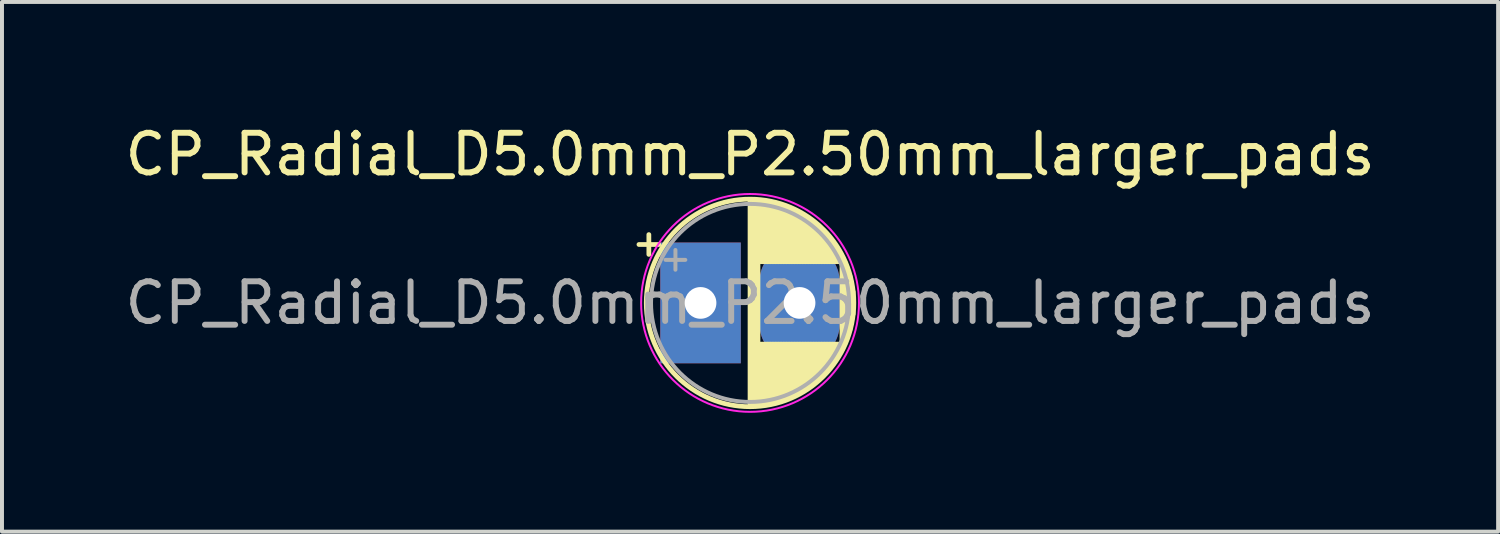
<source format=kicad_pcb>
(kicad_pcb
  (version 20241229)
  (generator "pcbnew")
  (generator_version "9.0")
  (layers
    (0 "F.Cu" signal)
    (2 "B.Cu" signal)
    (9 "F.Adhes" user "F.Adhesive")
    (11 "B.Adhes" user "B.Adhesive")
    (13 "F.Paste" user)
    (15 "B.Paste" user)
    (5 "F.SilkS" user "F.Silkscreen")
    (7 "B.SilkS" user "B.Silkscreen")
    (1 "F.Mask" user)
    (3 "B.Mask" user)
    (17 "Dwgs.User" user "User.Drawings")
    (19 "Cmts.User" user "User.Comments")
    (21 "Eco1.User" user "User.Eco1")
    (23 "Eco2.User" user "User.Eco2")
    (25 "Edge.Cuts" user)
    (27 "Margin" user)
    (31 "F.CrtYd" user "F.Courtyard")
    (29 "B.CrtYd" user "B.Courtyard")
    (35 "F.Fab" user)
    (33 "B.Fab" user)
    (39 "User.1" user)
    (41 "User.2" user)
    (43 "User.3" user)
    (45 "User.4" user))
  (footprint "CP_Radial_D5.0mm_P2.50mm_larger_pads"
    (layer "F.Cu")
    (at 14.637 4.598)
    (property "Reference" "CP_Radial_D5.0mm_P2.50mm_larger_pads" (at 1.25 -3.75 0) (layer "F.SilkS") (effects (font (size 1 1) (thickness 0.15))))
    (attr through_hole)
    (fp_line (start -1.555 -1.475) (end -1.055 -1.475) (stroke (width 0.12) (type solid)) (layer "F.SilkS"))
    (fp_line (start -1.305 -1.725) (end -1.305 -1.225) (stroke (width 0.12) (type solid)) (layer "F.SilkS"))
    (fp_line (start 1.25 -2.58) (end 1.25 2.58) (stroke (width 0.12) (type solid)) (layer "F.SilkS"))
    (fp_line (start 1.29 -2.58) (end 1.29 2.58) (stroke (width 0.12) (type solid)) (layer "F.SilkS"))
    (fp_line (start 1.33 -2.579) (end 1.33 2.579) (stroke (width 0.12) (type solid)) (layer "F.SilkS"))
    (fp_line (start 1.37 -2.578) (end 1.37 2.578) (stroke (width 0.12) (type solid)) (layer "F.SilkS"))
    (fp_line (start 1.41 -2.576) (end 1.41 2.576) (stroke (width 0.12) (type solid)) (layer "F.SilkS"))
    (fp_line (start 1.45 -2.573) (end 1.45 2.573) (stroke (width 0.12) (type solid)) (layer "F.SilkS"))
    (fp_line (start 1.49 -2.569) (end 1.49 -1.04) (stroke (width 0.12) (type solid)) (layer "F.SilkS"))
    (fp_line (start 1.49 1.04) (end 1.49 2.569) (stroke (width 0.12) (type solid)) (layer "F.SilkS"))
    (fp_line (start 1.53 -2.565) (end 1.53 -1.04) (stroke (width 0.12) (type solid)) (layer "F.SilkS"))
    (fp_line (start 1.53 1.04) (end 1.53 2.565) (stroke (width 0.12) (type solid)) (layer "F.SilkS"))
    (fp_line (start 1.57 -2.561) (end 1.57 -1.04) (stroke (width 0.12) (type solid)) (layer "F.SilkS"))
    (fp_line (start 1.57 1.04) (end 1.57 2.561) (stroke (width 0.12) (type solid)) (layer "F.SilkS"))
    (fp_line (start 1.61 -2.556) (end 1.61 -1.04) (stroke (width 0.12) (type solid)) (layer "F.SilkS"))
    (fp_line (start 1.61 1.04) (end 1.61 2.556) (stroke (width 0.12) (type solid)) (layer "F.SilkS"))
    (fp_line (start 1.65 -2.55) (end 1.65 -1.04) (stroke (width 0.12) (type solid)) (layer "F.SilkS"))
    (fp_line (start 1.65 1.04) (end 1.65 2.55) (stroke (width 0.12) (type solid)) (layer "F.SilkS"))
    (fp_line (start 1.69 -2.543) (end 1.69 -1.04) (stroke (width 0.12) (type solid)) (layer "F.SilkS"))
    (fp_line (start 1.69 1.04) (end 1.69 2.543) (stroke (width 0.12) (type solid)) (layer "F.SilkS"))
    (fp_line (start 1.73 -2.536) (end 1.73 -1.04) (stroke (width 0.12) (type solid)) (layer "F.SilkS"))
    (fp_line (start 1.73 1.04) (end 1.73 2.536) (stroke (width 0.12) (type solid)) (layer "F.SilkS"))
    (fp_line (start 1.77 -2.528) (end 1.77 -1.04) (stroke (width 0.12) (type solid)) (layer "F.SilkS"))
    (fp_line (start 1.77 1.04) (end 1.77 2.528) (stroke (width 0.12) (type solid)) (layer "F.SilkS"))
    (fp_line (start 1.81 -2.52) (end 1.81 -1.04) (stroke (width 0.12) (type solid)) (layer "F.SilkS"))
    (fp_line (start 1.81 1.04) (end 1.81 2.52) (stroke (width 0.12) (type solid)) (layer "F.SilkS"))
    (fp_line (start 1.85 -2.511) (end 1.85 -1.04) (stroke (width 0.12) (type solid)) (layer "F.SilkS"))
    (fp_line (start 1.85 1.04) (end 1.85 2.511) (stroke (width 0.12) (type solid)) (layer "F.SilkS"))
    (fp_line (start 1.89 -2.501) (end 1.89 -1.04) (stroke (width 0.12) (type solid)) (layer "F.SilkS"))
    (fp_line (start 1.89 1.04) (end 1.89 2.501) (stroke (width 0.12) (type solid)) (layer "F.SilkS"))
    (fp_line (start 1.93 -2.491) (end 1.93 -1.04) (stroke (width 0.12) (type solid)) (layer "F.SilkS"))
    (fp_line (start 1.93 1.04) (end 1.93 2.491) (stroke (width 0.12) (type solid)) (layer "F.SilkS"))
    (fp_line (start 1.971 -2.48) (end 1.971 -1.04) (stroke (width 0.12) (type solid)) (layer "F.SilkS"))
    (fp_line (start 1.971 1.04) (end 1.971 2.48) (stroke (width 0.12) (type solid)) (layer "F.SilkS"))
    (fp_line (start 2.011 -2.468) (end 2.011 -1.04) (stroke (width 0.12) (type solid)) (layer "F.SilkS"))
    (fp_line (start 2.011 1.04) (end 2.011 2.468) (stroke (width 0.12) (type solid)) (layer "F.SilkS"))
    (fp_line (start 2.051 -2.455) (end 2.051 -1.04) (stroke (width 0.12) (type solid)) (layer "F.SilkS"))
    (fp_line (start 2.051 1.04) (end 2.051 2.455) (stroke (width 0.12) (type solid)) (layer "F.SilkS"))
    (fp_line (start 2.091 -2.442) (end 2.091 -1.04) (stroke (width 0.12) (type solid)) (layer "F.SilkS"))
    (fp_line (start 2.091 1.04) (end 2.091 2.442) (stroke (width 0.12) (type solid)) (layer "F.SilkS"))
    (fp_line (start 2.131 -2.428) (end 2.131 -1.04) (stroke (width 0.12) (type solid)) (layer "F.SilkS"))
    (fp_line (start 2.131 1.04) (end 2.131 2.428) (stroke (width 0.12) (type solid)) (layer "F.SilkS"))
    (fp_line (start 2.171 -2.414) (end 2.171 -1.04) (stroke (width 0.12) (type solid)) (layer "F.SilkS"))
    (fp_line (start 2.171 1.04) (end 2.171 2.414) (stroke (width 0.12) (type solid)) (layer "F.SilkS"))
    (fp_line (start 2.211 -2.398) (end 2.211 -1.04) (stroke (width 0.12) (type solid)) (layer "F.SilkS"))
    (fp_line (start 2.211 1.04) (end 2.211 2.398) (stroke (width 0.12) (type solid)) (layer "F.SilkS"))
    (fp_line (start 2.251 -2.382) (end 2.251 -1.04) (stroke (width 0.12) (type solid)) (layer "F.SilkS"))
    (fp_line (start 2.251 1.04) (end 2.251 2.382) (stroke (width 0.12) (type solid)) (layer "F.SilkS"))
    (fp_line (start 2.291 -2.365) (end 2.291 -1.04) (stroke (width 0.12) (type solid)) (layer "F.SilkS"))
    (fp_line (start 2.291 1.04) (end 2.291 2.365) (stroke (width 0.12) (type solid)) (layer "F.SilkS"))
    (fp_line (start 2.331 -2.348) (end 2.331 -1.04) (stroke (width 0.12) (type solid)) (layer "F.SilkS"))
    (fp_line (start 2.331 1.04) (end 2.331 2.348) (stroke (width 0.12) (type solid)) (layer "F.SilkS"))
    (fp_line (start 2.371 -2.329) (end 2.371 -1.04) (stroke (width 0.12) (type solid)) (layer "F.SilkS"))
    (fp_line (start 2.371 1.04) (end 2.371 2.329) (stroke (width 0.12) (type solid)) (layer "F.SilkS"))
    (fp_line (start 2.411 -2.31) (end 2.411 -1.04) (stroke (width 0.12) (type solid)) (layer "F.SilkS"))
    (fp_line (start 2.411 1.04) (end 2.411 2.31) (stroke (width 0.12) (type solid)) (layer "F.SilkS"))
    (fp_line (start 2.451 -2.29) (end 2.451 -1.04) (stroke (width 0.12) (type solid)) (layer "F.SilkS"))
    (fp_line (start 2.451 1.04) (end 2.451 2.29) (stroke (width 0.12) (type solid)) (layer "F.SilkS"))
    (fp_line (start 2.491 -2.268) (end 2.491 -1.04) (stroke (width 0.12) (type solid)) (layer "F.SilkS"))
    (fp_line (start 2.491 1.04) (end 2.491 2.268) (stroke (width 0.12) (type solid)) (layer "F.SilkS"))
    (fp_line (start 2.531 -2.247) (end 2.531 -1.04) (stroke (width 0.12) (type solid)) (layer "F.SilkS"))
    (fp_line (start 2.531 1.04) (end 2.531 2.247) (stroke (width 0.12) (type solid)) (layer "F.SilkS"))
    (fp_line (start 2.571 -2.224) (end 2.571 -1.04) (stroke (width 0.12) (type solid)) (layer "F.SilkS"))
    (fp_line (start 2.571 1.04) (end 2.571 2.224) (stroke (width 0.12) (type solid)) (layer "F.SilkS"))
    (fp_line (start 2.611 -2.2) (end 2.611 -1.04) (stroke (width 0.12) (type solid)) (layer "F.SilkS"))
    (fp_line (start 2.611 1.04) (end 2.611 2.2) (stroke (width 0.12) (type solid)) (layer "F.SilkS"))
    (fp_line (start 2.651 -2.175) (end 2.651 -1.04) (stroke (width 0.12) (type solid)) (layer "F.SilkS"))
    (fp_line (start 2.651 1.04) (end 2.651 2.175) (stroke (width 0.12) (type solid)) (layer "F.SilkS"))
    (fp_line (start 2.691 -2.149) (end 2.691 -1.04) (stroke (width 0.12) (type solid)) (layer "F.SilkS"))
    (fp_line (start 2.691 1.04) (end 2.691 2.149) (stroke (width 0.12) (type solid)) (layer "F.SilkS"))
    (fp_line (start 2.731 -2.122) (end 2.731 -1.04) (stroke (width 0.12) (type solid)) (layer "F.SilkS"))
    (fp_line (start 2.731 1.04) (end 2.731 2.122) (stroke (width 0.12) (type solid)) (layer "F.SilkS"))
    (fp_line (start 2.771 -2.095) (end 2.771 -1.04) (stroke (width 0.12) (type solid)) (layer "F.SilkS"))
    (fp_line (start 2.771 1.04) (end 2.771 2.095) (stroke (width 0.12) (type solid)) (layer "F.SilkS"))
    (fp_line (start 2.811 -2.065) (end 2.811 -1.04) (stroke (width 0.12) (type solid)) (layer "F.SilkS"))
    (fp_line (start 2.811 1.04) (end 2.811 2.065) (stroke (width 0.12) (type solid)) (layer "F.SilkS"))
    (fp_line (start 2.851 -2.035) (end 2.851 -1.04) (stroke (width 0.12) (type solid)) (layer "F.SilkS"))
    (fp_line (start 2.851 1.04) (end 2.851 2.035) (stroke (width 0.12) (type solid)) (layer "F.SilkS"))
    (fp_line (start 2.891 -2.004) (end 2.891 -1.04) (stroke (width 0.12) (type solid)) (layer "F.SilkS"))
    (fp_line (start 2.891 1.04) (end 2.891 2.004) (stroke (width 0.12) (type solid)) (layer "F.SilkS"))
    (fp_line (start 2.931 -1.971) (end 2.931 -1.04) (stroke (width 0.12) (type solid)) (layer "F.SilkS"))
    (fp_line (start 2.931 1.04) (end 2.931 1.971) (stroke (width 0.12) (type solid)) (layer "F.SilkS"))
    (fp_line (start 2.971 -1.937) (end 2.971 -1.04) (stroke (width 0.12) (type solid)) (layer "F.SilkS"))
    (fp_line (start 2.971 1.04) (end 2.971 1.937) (stroke (width 0.12) (type solid)) (layer "F.SilkS"))
    (fp_line (start 3.011 -1.901) (end 3.011 -1.04) (stroke (width 0.12) (type solid)) (layer "F.SilkS"))
    (fp_line (start 3.011 1.04) (end 3.011 1.901) (stroke (width 0.12) (type solid)) (layer "F.SilkS"))
    (fp_line (start 3.051 -1.864) (end 3.051 -1.04) (stroke (width 0.12) (type solid)) (layer "F.SilkS"))
    (fp_line (start 3.051 1.04) (end 3.051 1.864) (stroke (width 0.12) (type solid)) (layer "F.SilkS"))
    (fp_line (start 3.091 -1.826) (end 3.091 -1.04) (stroke (width 0.12) (type solid)) (layer "F.SilkS"))
    (fp_line (start 3.091 1.04) (end 3.091 1.826) (stroke (width 0.12) (type solid)) (layer "F.SilkS"))
    (fp_line (start 3.131 -1.785) (end 3.131 -1.04) (stroke (width 0.12) (type solid)) (layer "F.SilkS"))
    (fp_line (start 3.131 1.04) (end 3.131 1.785) (stroke (width 0.12) (type solid)) (layer "F.SilkS"))
    (fp_line (start 3.171 -1.743) (end 3.171 -1.04) (stroke (width 0.12) (type solid)) (layer "F.SilkS"))
    (fp_line (start 3.171 1.04) (end 3.171 1.743) (stroke (width 0.12) (type solid)) (layer "F.SilkS"))
    (fp_line (start 3.211 -1.699) (end 3.211 -1.04) (stroke (width 0.12) (type solid)) (layer "F.SilkS"))
    (fp_line (start 3.211 1.04) (end 3.211 1.699) (stroke (width 0.12) (type solid)) (layer "F.SilkS"))
    (fp_line (start 3.251 -1.653) (end 3.251 -1.04) (stroke (width 0.12) (type solid)) (layer "F.SilkS"))
    (fp_line (start 3.251 1.04) (end 3.251 1.653) (stroke (width 0.12) (type solid)) (layer "F.SilkS"))
    (fp_line (start 3.291 -1.605) (end 3.291 -1.04) (stroke (width 0.12) (type solid)) (layer "F.SilkS"))
    (fp_line (start 3.291 1.04) (end 3.291 1.605) (stroke (width 0.12) (type solid)) (layer "F.SilkS"))
    (fp_line (start 3.331 -1.554) (end 3.331 -1.04) (stroke (width 0.12) (type solid)) (layer "F.SilkS"))
    (fp_line (start 3.331 1.04) (end 3.331 1.554) (stroke (width 0.12) (type solid)) (layer "F.SilkS"))
    (fp_line (start 3.371 -1.5) (end 3.371 -1.04) (stroke (width 0.12) (type solid)) (layer "F.SilkS"))
    (fp_line (start 3.371 1.04) (end 3.371 1.5) (stroke (width 0.12) (type solid)) (layer "F.SilkS"))
    (fp_line (start 3.411 -1.443) (end 3.411 -1.04) (stroke (width 0.12) (type solid)) (layer "F.SilkS"))
    (fp_line (start 3.411 1.04) (end 3.411 1.443) (stroke (width 0.12) (type solid)) (layer "F.SilkS"))
    (fp_line (start 3.451 -1.383) (end 3.451 -1.04) (stroke (width 0.12) (type solid)) (layer "F.SilkS"))
    (fp_line (start 3.451 1.04) (end 3.451 1.383) (stroke (width 0.12) (type solid)) (layer "F.SilkS"))
    (fp_line (start 3.491 -1.319) (end 3.491 -1.04) (stroke (width 0.12) (type solid)) (layer "F.SilkS"))
    (fp_line (start 3.491 1.04) (end 3.491 1.319) (stroke (width 0.12) (type solid)) (layer "F.SilkS"))
    (fp_line (start 3.531 -1.251) (end 3.531 -1.04) (stroke (width 0.12) (type solid)) (layer "F.SilkS"))
    (fp_line (start 3.531 1.04) (end 3.531 1.251) (stroke (width 0.12) (type solid)) (layer "F.SilkS"))
    (fp_line (start 3.571 -1.178) (end 3.571 1.178) (stroke (width 0.12) (type solid)) (layer "F.SilkS"))
    (fp_line (start 3.611 -1.098) (end 3.611 1.098) (stroke (width 0.12) (type solid)) (layer "F.SilkS"))
    (fp_line (start 3.651 -1.011) (end 3.651 1.011) (stroke (width 0.12) (type solid)) (layer "F.SilkS"))
    (fp_line (start 3.691 -0.915) (end 3.691 0.915) (stroke (width 0.12) (type solid)) (layer "F.SilkS"))
    (fp_line (start 3.731 -0.805) (end 3.731 0.805) (stroke (width 0.12) (type solid)) (layer "F.SilkS"))
    (fp_line (start 3.771 -0.677) (end 3.771 0.677) (stroke (width 0.12) (type solid)) (layer "F.SilkS"))
    (fp_line (start 3.811 -0.518) (end 3.811 0.518) (stroke (width 0.12) (type solid)) (layer "F.SilkS"))
    (fp_line (start 3.851 -0.284) (end 3.851 0.284) (stroke (width 0.12) (type solid)) (layer "F.SilkS"))
    (fp_circle (center 1.25 0) (end 3.87 0) (stroke (width 0.12) (type solid)) (fill no) (layer "F.SilkS"))
    (fp_circle (center 1.25 0) (end 4 0) (stroke (width 0.05) (type solid)) (fill no) (layer "F.CrtYd"))
    (fp_line (start -0.884 -1.087) (end -0.384 -1.087) (stroke (width 0.1) (type solid)) (layer "F.Fab"))
    (fp_line (start -0.634 -1.337) (end -0.634 -0.838) (stroke (width 0.1) (type solid)) (layer "F.Fab"))
    (fp_circle (center 1.25 0) (end 3.75 0) (stroke (width 0.1) (type solid)) (fill no) (layer "F.Fab"))
    (fp_text user "${REFERENCE}" (at 1.25 0 0) (layer "F.Fab") (effects (font (size 1 1) (thickness 0.15))))
    (pad "1" thru_hole rect (at 0 0) (size 2.032 3.048) (drill 0.8) (layers "*.Cu" "*.Mask"))
    (pad "2" thru_hole oval (at 2.5 0) (size 2.032 3.048) (drill 0.8) (layers "*.Cu" "*.Mask")))
  (gr_rect
    (start -3 -3)
    (end 34.774 10.373)
    (stroke (width 0.1) (type default))
    (fill no)
    (layer "Edge.Cuts")))
</source>
